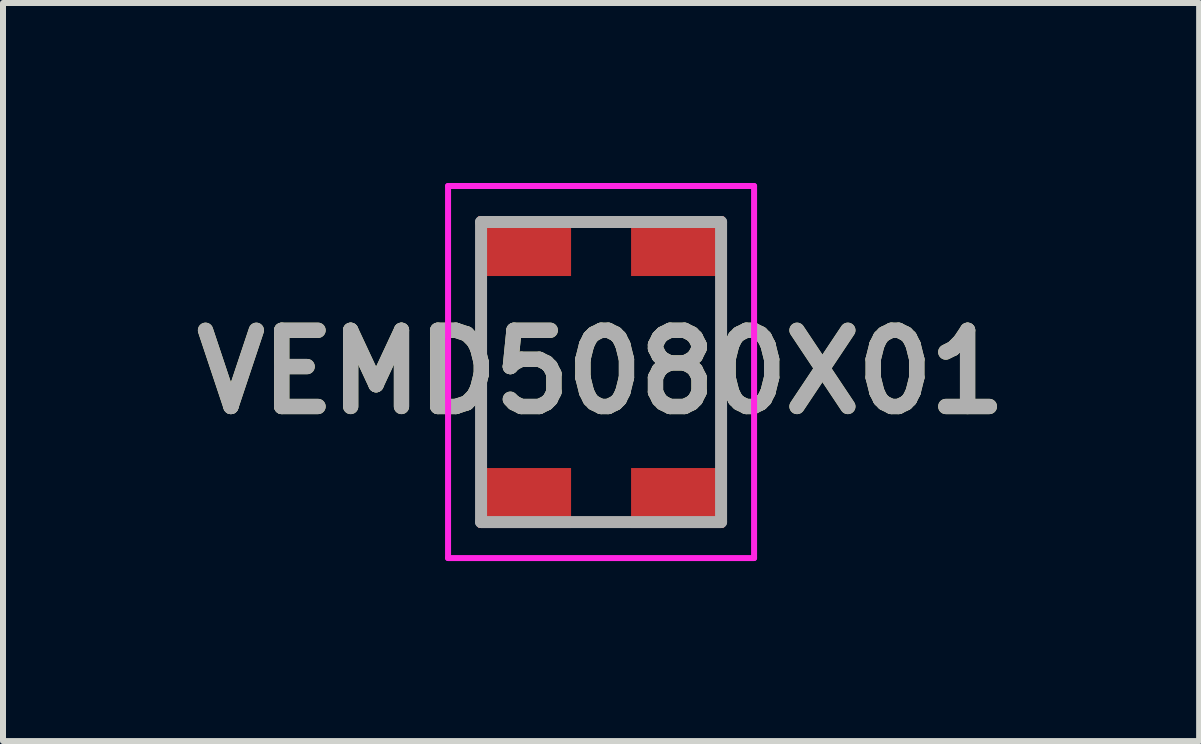
<source format=kicad_pcb>
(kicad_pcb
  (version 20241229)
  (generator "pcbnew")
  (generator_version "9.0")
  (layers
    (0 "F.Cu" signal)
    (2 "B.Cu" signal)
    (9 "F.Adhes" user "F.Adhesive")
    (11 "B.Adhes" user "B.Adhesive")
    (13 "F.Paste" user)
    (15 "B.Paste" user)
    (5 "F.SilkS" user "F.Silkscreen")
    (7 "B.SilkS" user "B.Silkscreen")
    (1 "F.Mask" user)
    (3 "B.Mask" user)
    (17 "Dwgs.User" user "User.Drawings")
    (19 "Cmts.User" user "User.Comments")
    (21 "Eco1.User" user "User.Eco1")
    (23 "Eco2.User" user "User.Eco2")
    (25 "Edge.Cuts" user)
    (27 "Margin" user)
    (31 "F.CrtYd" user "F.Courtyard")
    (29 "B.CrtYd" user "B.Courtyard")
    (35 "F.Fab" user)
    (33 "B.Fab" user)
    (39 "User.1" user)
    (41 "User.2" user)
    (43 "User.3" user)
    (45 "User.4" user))
  (footprint "VEMD5080X01"
    (layer "F.Cu")
    (at 6.967 3.15)
    (property "Reference" "VEMD5080X01" (at 0 0 0) (layer "F.SilkS") (effects (font (size 1.27 1.27) (thickness 0.254))))
    (attr smd)
    (fp_line (start -2 1) (end -2 -1) (stroke (width 0.1) (type solid)) (layer "F.SilkS"))
    (fp_line (start -0.2 -2.5) (end 0.2 -2.5) (stroke (width 0.1) (type solid)) (layer "F.SilkS"))
    (fp_line (start -0.2 2.5) (end 0.2 2.5) (stroke (width 0.1) (type solid)) (layer "F.SilkS"))
    (fp_line (start 2 1) (end 2 -1) (stroke (width 0.1) (type solid)) (layer "F.SilkS"))
    (fp_line (start -2.55 -3.1) (end -2.55 3.1) (stroke (width 0.1) (type solid)) (layer "F.CrtYd"))
    (fp_line (start -2.55 3.1) (end 2.55 3.1) (stroke (width 0.1) (type solid)) (layer "F.CrtYd"))
    (fp_line (start 2.55 -3.1) (end -2.55 -3.1) (stroke (width 0.1) (type solid)) (layer "F.CrtYd"))
    (fp_line (start 2.55 3.1) (end 2.55 -3.1) (stroke (width 0.1) (type solid)) (layer "F.CrtYd"))
    (fp_line (start -2 -2.5) (end -2 2.5) (stroke (width 0.2) (type solid)) (layer "F.Fab"))
    (fp_line (start -2 2.5) (end 2 2.5) (stroke (width 0.2) (type solid)) (layer "F.Fab"))
    (fp_line (start 2 -2.5) (end -2 -2.5) (stroke (width 0.2) (type solid)) (layer "F.Fab"))
    (fp_line (start 2 2.5) (end 2 -2.5) (stroke (width 0.2) (type solid)) (layer "F.Fab"))
    (fp_text user "${REFERENCE}" (at 0 0 0) (layer "F.Fab") (effects (font (size 1.27 1.27) (thickness 0.254))))
    (pad "1" smd rect (at -1.275 2.1 90) (size 1 1.55) (layers "F.Cu" "F.Mask" "F.Paste"))
    (pad "2" smd rect (at 1.275 2.1 90) (size 1 1.55) (layers "F.Cu" "F.Mask" "F.Paste"))
    (pad "3" smd rect (at -1.275 -2.1 90) (size 1 1.55) (layers "F.Cu" "F.Mask" "F.Paste"))
    (pad "4" smd rect (at 1.275 -2.1 90) (size 1 1.55) (layers "F.Cu" "F.Mask" "F.Paste")))
  (gr_rect
    (start -3 -3)
    (end 16.934 9.3)
    (stroke (width 0.1) (type default))
    (fill no)
    (layer "Edge.Cuts")))
</source>
